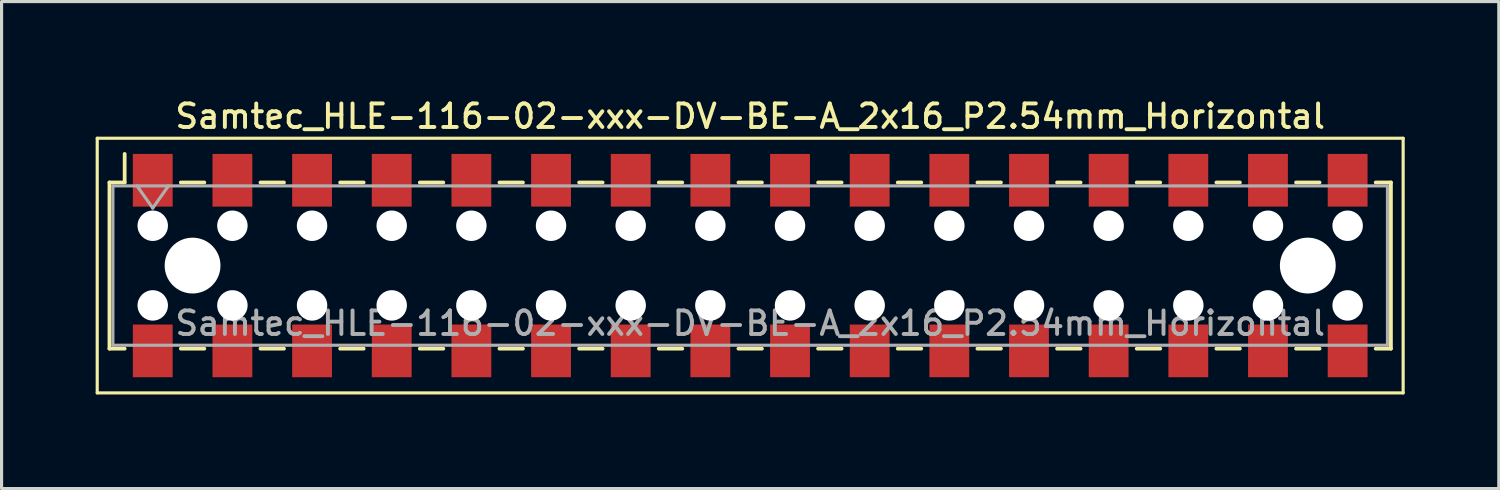
<source format=kicad_pcb>
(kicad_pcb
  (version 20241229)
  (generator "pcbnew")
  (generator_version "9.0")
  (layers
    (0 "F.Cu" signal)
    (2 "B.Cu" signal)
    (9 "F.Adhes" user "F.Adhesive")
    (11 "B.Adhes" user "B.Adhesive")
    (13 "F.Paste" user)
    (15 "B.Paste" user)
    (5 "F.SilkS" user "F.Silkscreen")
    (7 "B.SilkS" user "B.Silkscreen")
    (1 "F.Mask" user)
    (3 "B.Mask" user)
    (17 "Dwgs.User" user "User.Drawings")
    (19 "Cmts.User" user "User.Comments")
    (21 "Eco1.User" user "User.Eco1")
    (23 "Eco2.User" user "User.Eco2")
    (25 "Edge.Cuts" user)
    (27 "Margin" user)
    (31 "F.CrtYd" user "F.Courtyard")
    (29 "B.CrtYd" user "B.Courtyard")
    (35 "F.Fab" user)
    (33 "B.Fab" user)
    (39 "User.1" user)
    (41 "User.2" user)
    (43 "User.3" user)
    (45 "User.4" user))
  (footprint "Samtec_HLE-116-02-xxx-DV-BE-A_2x16_P2.54mm_Horizontal"
    (layer "F.Cu")
    (at 20.87 5.418)
    (property "Reference" "Samtec_HLE-116-02-xxx-DV-BE-A_2x16_P2.54mm_Horizontal" (at 0 -4.76 0) (layer "F.SilkS") (effects (font (size 0.75 0.75) (thickness 0.125))))
    (attr smd)
    (fp_line (start -20.82 -4.06) (end 20.82 -4.06) (stroke (width 0.1) (type solid)) (layer "F.SilkS"))
    (fp_line (start -20.82 4.06) (end -20.82 -4.06) (stroke (width 0.1) (type solid)) (layer "F.SilkS"))
    (fp_line (start -20.43 -2.65) (end -20.43 2.65) (stroke (width 0.12) (type solid)) (layer "F.SilkS"))
    (fp_line (start -20.43 2.65) (end -19.945 2.65) (stroke (width 0.12) (type solid)) (layer "F.SilkS"))
    (fp_line (start -19.945 -3.56) (end -19.945 -2.65) (stroke (width 0.12) (type solid)) (layer "F.SilkS"))
    (fp_line (start -19.945 -2.65) (end -20.43 -2.65) (stroke (width 0.12) (type solid)) (layer "F.SilkS"))
    (fp_line (start -18.155 -2.65) (end -17.405 -2.65) (stroke (width 0.12) (type solid)) (layer "F.SilkS"))
    (fp_line (start -18.155 2.65) (end -17.405 2.65) (stroke (width 0.12) (type solid)) (layer "F.SilkS"))
    (fp_line (start -15.615 -2.65) (end -14.865 -2.65) (stroke (width 0.12) (type solid)) (layer "F.SilkS"))
    (fp_line (start -15.615 2.65) (end -14.865 2.65) (stroke (width 0.12) (type solid)) (layer "F.SilkS"))
    (fp_line (start -13.075 -2.65) (end -12.325 -2.65) (stroke (width 0.12) (type solid)) (layer "F.SilkS"))
    (fp_line (start -13.075 2.65) (end -12.325 2.65) (stroke (width 0.12) (type solid)) (layer "F.SilkS"))
    (fp_line (start -10.535 -2.65) (end -9.785 -2.65) (stroke (width 0.12) (type solid)) (layer "F.SilkS"))
    (fp_line (start -10.535 2.65) (end -9.785 2.65) (stroke (width 0.12) (type solid)) (layer "F.SilkS"))
    (fp_line (start -7.995 -2.65) (end -7.245 -2.65) (stroke (width 0.12) (type solid)) (layer "F.SilkS"))
    (fp_line (start -7.995 2.65) (end -7.245 2.65) (stroke (width 0.12) (type solid)) (layer "F.SilkS"))
    (fp_line (start -5.455 -2.65) (end -4.705 -2.65) (stroke (width 0.12) (type solid)) (layer "F.SilkS"))
    (fp_line (start -5.455 2.65) (end -4.705 2.65) (stroke (width 0.12) (type solid)) (layer "F.SilkS"))
    (fp_line (start -2.915 -2.65) (end -2.165 -2.65) (stroke (width 0.12) (type solid)) (layer "F.SilkS"))
    (fp_line (start -2.915 2.65) (end -2.165 2.65) (stroke (width 0.12) (type solid)) (layer "F.SilkS"))
    (fp_line (start -0.375 -2.65) (end 0.375 -2.65) (stroke (width 0.12) (type solid)) (layer "F.SilkS"))
    (fp_line (start -0.375 2.65) (end 0.375 2.65) (stroke (width 0.12) (type solid)) (layer "F.SilkS"))
    (fp_line (start 2.165 -2.65) (end 2.915 -2.65) (stroke (width 0.12) (type solid)) (layer "F.SilkS"))
    (fp_line (start 2.165 2.65) (end 2.915 2.65) (stroke (width 0.12) (type solid)) (layer "F.SilkS"))
    (fp_line (start 4.705 -2.65) (end 5.455 -2.65) (stroke (width 0.12) (type solid)) (layer "F.SilkS"))
    (fp_line (start 4.705 2.65) (end 5.455 2.65) (stroke (width 0.12) (type solid)) (layer "F.SilkS"))
    (fp_line (start 7.245 -2.65) (end 7.995 -2.65) (stroke (width 0.12) (type solid)) (layer "F.SilkS"))
    (fp_line (start 7.245 2.65) (end 7.995 2.65) (stroke (width 0.12) (type solid)) (layer "F.SilkS"))
    (fp_line (start 9.785 -2.65) (end 10.535 -2.65) (stroke (width 0.12) (type solid)) (layer "F.SilkS"))
    (fp_line (start 9.785 2.65) (end 10.535 2.65) (stroke (width 0.12) (type solid)) (layer "F.SilkS"))
    (fp_line (start 12.325 -2.65) (end 13.075 -2.65) (stroke (width 0.12) (type solid)) (layer "F.SilkS"))
    (fp_line (start 12.325 2.65) (end 13.075 2.65) (stroke (width 0.12) (type solid)) (layer "F.SilkS"))
    (fp_line (start 14.865 -2.65) (end 15.615 -2.65) (stroke (width 0.12) (type solid)) (layer "F.SilkS"))
    (fp_line (start 14.865 2.65) (end 15.615 2.65) (stroke (width 0.12) (type solid)) (layer "F.SilkS"))
    (fp_line (start 17.405 -2.65) (end 18.155 -2.65) (stroke (width 0.12) (type solid)) (layer "F.SilkS"))
    (fp_line (start 17.405 2.65) (end 18.155 2.65) (stroke (width 0.12) (type solid)) (layer "F.SilkS"))
    (fp_line (start 19.945 -2.65) (end 20.43 -2.65) (stroke (width 0.12) (type solid)) (layer "F.SilkS"))
    (fp_line (start 20.43 -2.65) (end 20.43 2.65) (stroke (width 0.12) (type solid)) (layer "F.SilkS"))
    (fp_line (start 20.43 2.65) (end 19.945 2.65) (stroke (width 0.12) (type solid)) (layer "F.SilkS"))
    (fp_line (start 20.82 -4.06) (end 20.82 4.06) (stroke (width 0.1) (type solid)) (layer "F.SilkS"))
    (fp_line (start 20.82 4.06) (end -20.82 4.06) (stroke (width 0.1) (type solid)) (layer "F.SilkS"))
    (fp_line (start -20.32 -2.54) (end 20.32 -2.54) (stroke (width 0.1) (type solid)) (layer "F.Fab"))
    (fp_line (start -20.32 2.54) (end -20.32 -2.54) (stroke (width 0.1) (type solid)) (layer "F.Fab"))
    (fp_line (start -19.55 -2.54) (end -19.05 -1.833) (stroke (width 0.1) (type solid)) (layer "F.Fab"))
    (fp_line (start -19.05 -1.833) (end -18.55 -2.54) (stroke (width 0.1) (type solid)) (layer "F.Fab"))
    (fp_line (start 20.32 -2.54) (end 20.32 2.54) (stroke (width 0.1) (type solid)) (layer "F.Fab"))
    (fp_line (start 20.32 2.54) (end -20.32 2.54) (stroke (width 0.1) (type solid)) (layer "F.Fab"))
    (fp_text user "${REFERENCE}" (at 0 1.84 0) (layer "F.Fab") (effects (font (size 0.75 0.75) (thickness 0.125))))
    (pad "" np_thru_hole circle (at -19.05 -1.27) (size 0.97 0.97) (drill 0.97) (layers "*.Cu" "*.Mask"))
    (pad "" np_thru_hole circle (at -19.05 1.27) (size 0.97 0.97) (drill 0.97) (layers "*.Cu" "*.Mask"))
    (pad "" np_thru_hole circle (at -17.78 0) (size 1.78 1.78) (drill 1.78) (layers "*.Cu" "*.Mask"))
    (pad "" np_thru_hole circle (at -16.51 -1.27) (size 0.97 0.97) (drill 0.97) (layers "*.Cu" "*.Mask"))
    (pad "" np_thru_hole circle (at -16.51 1.27) (size 0.97 0.97) (drill 0.97) (layers "*.Cu" "*.Mask"))
    (pad "" np_thru_hole circle (at -13.97 -1.27) (size 0.97 0.97) (drill 0.97) (layers "*.Cu" "*.Mask"))
    (pad "" np_thru_hole circle (at -13.97 1.27) (size 0.97 0.97) (drill 0.97) (layers "*.Cu" "*.Mask"))
    (pad "" np_thru_hole circle (at -11.43 -1.27) (size 0.97 0.97) (drill 0.97) (layers "*.Cu" "*.Mask"))
    (pad "" np_thru_hole circle (at -11.43 1.27) (size 0.97 0.97) (drill 0.97) (layers "*.Cu" "*.Mask"))
    (pad "" np_thru_hole circle (at -8.89 -1.27) (size 0.97 0.97) (drill 0.97) (layers "*.Cu" "*.Mask"))
    (pad "" np_thru_hole circle (at -8.89 1.27) (size 0.97 0.97) (drill 0.97) (layers "*.Cu" "*.Mask"))
    (pad "" np_thru_hole circle (at -6.35 -1.27) (size 0.97 0.97) (drill 0.97) (layers "*.Cu" "*.Mask"))
    (pad "" np_thru_hole circle (at -6.35 1.27) (size 0.97 0.97) (drill 0.97) (layers "*.Cu" "*.Mask"))
    (pad "" np_thru_hole circle (at -3.81 -1.27) (size 0.97 0.97) (drill 0.97) (layers "*.Cu" "*.Mask"))
    (pad "" np_thru_hole circle (at -3.81 1.27) (size 0.97 0.97) (drill 0.97) (layers "*.Cu" "*.Mask"))
    (pad "" np_thru_hole circle (at -1.27 -1.27) (size 0.97 0.97) (drill 0.97) (layers "*.Cu" "*.Mask"))
    (pad "" np_thru_hole circle (at -1.27 1.27) (size 0.97 0.97) (drill 0.97) (layers "*.Cu" "*.Mask"))
    (pad "" np_thru_hole circle (at 1.27 -1.27) (size 0.97 0.97) (drill 0.97) (layers "*.Cu" "*.Mask"))
    (pad "" np_thru_hole circle (at 1.27 1.27) (size 0.97 0.97) (drill 0.97) (layers "*.Cu" "*.Mask"))
    (pad "" np_thru_hole circle (at 3.81 -1.27) (size 0.97 0.97) (drill 0.97) (layers "*.Cu" "*.Mask"))
    (pad "" np_thru_hole circle (at 3.81 1.27) (size 0.97 0.97) (drill 0.97) (layers "*.Cu" "*.Mask"))
    (pad "" np_thru_hole circle (at 6.35 -1.27) (size 0.97 0.97) (drill 0.97) (layers "*.Cu" "*.Mask"))
    (pad "" np_thru_hole circle (at 6.35 1.27) (size 0.97 0.97) (drill 0.97) (layers "*.Cu" "*.Mask"))
    (pad "" np_thru_hole circle (at 8.89 -1.27) (size 0.97 0.97) (drill 0.97) (layers "*.Cu" "*.Mask"))
    (pad "" np_thru_hole circle (at 8.89 1.27) (size 0.97 0.97) (drill 0.97) (layers "*.Cu" "*.Mask"))
    (pad "" np_thru_hole circle (at 11.43 -1.27) (size 0.97 0.97) (drill 0.97) (layers "*.Cu" "*.Mask"))
    (pad "" np_thru_hole circle (at 11.43 1.27) (size 0.97 0.97) (drill 0.97) (layers "*.Cu" "*.Mask"))
    (pad "" np_thru_hole circle (at 13.97 -1.27) (size 0.97 0.97) (drill 0.97) (layers "*.Cu" "*.Mask"))
    (pad "" np_thru_hole circle (at 13.97 1.27) (size 0.97 0.97) (drill 0.97) (layers "*.Cu" "*.Mask"))
    (pad "" np_thru_hole circle (at 16.51 -1.27) (size 0.97 0.97) (drill 0.97) (layers "*.Cu" "*.Mask"))
    (pad "" np_thru_hole circle (at 16.51 1.27) (size 0.97 0.97) (drill 0.97) (layers "*.Cu" "*.Mask"))
    (pad "" np_thru_hole circle (at 17.78 0) (size 1.78 1.78) (drill 1.78) (layers "*.Cu" "*.Mask"))
    (pad "" np_thru_hole circle (at 19.05 -1.27) (size 0.97 0.97) (drill 0.97) (layers "*.Cu" "*.Mask"))
    (pad "" np_thru_hole circle (at 19.05 1.27) (size 0.97 0.97) (drill 0.97) (layers "*.Cu" "*.Mask"))
    (pad "1" smd rect (at -19.05 -2.72) (size 1.27 1.68) (layers "F.Cu" "F.Mask" "F.Paste"))
    (pad "2" smd rect (at -19.05 2.72) (size 1.27 1.68) (layers "F.Cu" "F.Mask" "F.Paste"))
    (pad "3" smd rect (at -16.51 -2.72) (size 1.27 1.68) (layers "F.Cu" "F.Mask" "F.Paste"))
    (pad "4" smd rect (at -16.51 2.72) (size 1.27 1.68) (layers "F.Cu" "F.Mask" "F.Paste"))
    (pad "5" smd rect (at -13.97 -2.72) (size 1.27 1.68) (layers "F.Cu" "F.Mask" "F.Paste"))
    (pad "6" smd rect (at -13.97 2.72) (size 1.27 1.68) (layers "F.Cu" "F.Mask" "F.Paste"))
    (pad "7" smd rect (at -11.43 -2.72) (size 1.27 1.68) (layers "F.Cu" "F.Mask" "F.Paste"))
    (pad "8" smd rect (at -11.43 2.72) (size 1.27 1.68) (layers "F.Cu" "F.Mask" "F.Paste"))
    (pad "9" smd rect (at -8.89 -2.72) (size 1.27 1.68) (layers "F.Cu" "F.Mask" "F.Paste"))
    (pad "10" smd rect (at -8.89 2.72) (size 1.27 1.68) (layers "F.Cu" "F.Mask" "F.Paste"))
    (pad "11" smd rect (at -6.35 -2.72) (size 1.27 1.68) (layers "F.Cu" "F.Mask" "F.Paste"))
    (pad "12" smd rect (at -6.35 2.72) (size 1.27 1.68) (layers "F.Cu" "F.Mask" "F.Paste"))
    (pad "13" smd rect (at -3.81 -2.72) (size 1.27 1.68) (layers "F.Cu" "F.Mask" "F.Paste"))
    (pad "14" smd rect (at -3.81 2.72) (size 1.27 1.68) (layers "F.Cu" "F.Mask" "F.Paste"))
    (pad "15" smd rect (at -1.27 -2.72) (size 1.27 1.68) (layers "F.Cu" "F.Mask" "F.Paste"))
    (pad "16" smd rect (at -1.27 2.72) (size 1.27 1.68) (layers "F.Cu" "F.Mask" "F.Paste"))
    (pad "17" smd rect (at 1.27 -2.72) (size 1.27 1.68) (layers "F.Cu" "F.Mask" "F.Paste"))
    (pad "18" smd rect (at 1.27 2.72) (size 1.27 1.68) (layers "F.Cu" "F.Mask" "F.Paste"))
    (pad "19" smd rect (at 3.81 -2.72) (size 1.27 1.68) (layers "F.Cu" "F.Mask" "F.Paste"))
    (pad "20" smd rect (at 3.81 2.72) (size 1.27 1.68) (layers "F.Cu" "F.Mask" "F.Paste"))
    (pad "21" smd rect (at 6.35 -2.72) (size 1.27 1.68) (layers "F.Cu" "F.Mask" "F.Paste"))
    (pad "22" smd rect (at 6.35 2.72) (size 1.27 1.68) (layers "F.Cu" "F.Mask" "F.Paste"))
    (pad "23" smd rect (at 8.89 -2.72) (size 1.27 1.68) (layers "F.Cu" "F.Mask" "F.Paste"))
    (pad "24" smd rect (at 8.89 2.72) (size 1.27 1.68) (layers "F.Cu" "F.Mask" "F.Paste"))
    (pad "25" smd rect (at 11.43 -2.72) (size 1.27 1.68) (layers "F.Cu" "F.Mask" "F.Paste"))
    (pad "26" smd rect (at 11.43 2.72) (size 1.27 1.68) (layers "F.Cu" "F.Mask" "F.Paste"))
    (pad "27" smd rect (at 13.97 -2.72) (size 1.27 1.68) (layers "F.Cu" "F.Mask" "F.Paste"))
    (pad "28" smd rect (at 13.97 2.72) (size 1.27 1.68) (layers "F.Cu" "F.Mask" "F.Paste"))
    (pad "29" smd rect (at 16.51 -2.72) (size 1.27 1.68) (layers "F.Cu" "F.Mask" "F.Paste"))
    (pad "30" smd rect (at 16.51 2.72) (size 1.27 1.68) (layers "F.Cu" "F.Mask" "F.Paste"))
    (pad "31" smd rect (at 19.05 -2.72) (size 1.27 1.68) (layers "F.Cu" "F.Mask" "F.Paste"))
    (pad "32" smd rect (at 19.05 2.72) (size 1.27 1.68) (layers "F.Cu" "F.Mask" "F.Paste")))
  (gr_rect
    (start -3 -3)
    (end 44.74 12.528)
    (stroke (width 0.1) (type default))
    (fill no)
    (layer "Edge.Cuts")))
</source>
